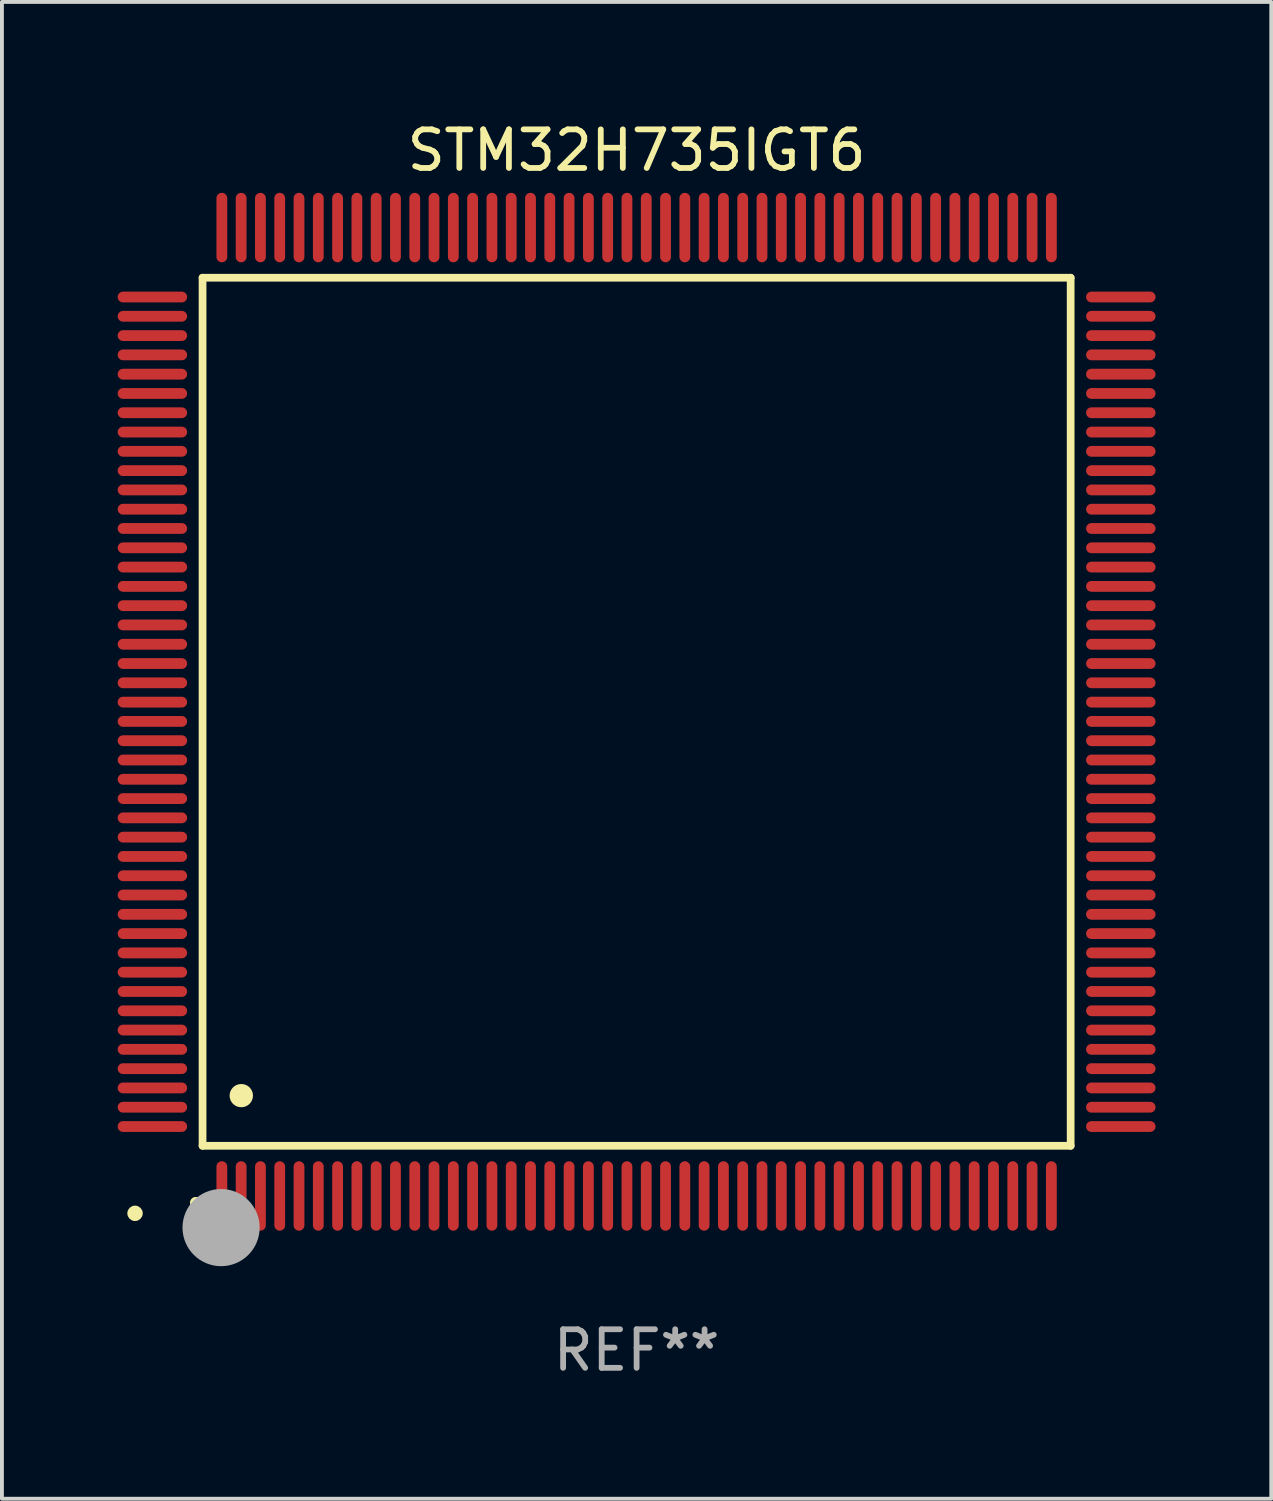
<source format=kicad_pcb>
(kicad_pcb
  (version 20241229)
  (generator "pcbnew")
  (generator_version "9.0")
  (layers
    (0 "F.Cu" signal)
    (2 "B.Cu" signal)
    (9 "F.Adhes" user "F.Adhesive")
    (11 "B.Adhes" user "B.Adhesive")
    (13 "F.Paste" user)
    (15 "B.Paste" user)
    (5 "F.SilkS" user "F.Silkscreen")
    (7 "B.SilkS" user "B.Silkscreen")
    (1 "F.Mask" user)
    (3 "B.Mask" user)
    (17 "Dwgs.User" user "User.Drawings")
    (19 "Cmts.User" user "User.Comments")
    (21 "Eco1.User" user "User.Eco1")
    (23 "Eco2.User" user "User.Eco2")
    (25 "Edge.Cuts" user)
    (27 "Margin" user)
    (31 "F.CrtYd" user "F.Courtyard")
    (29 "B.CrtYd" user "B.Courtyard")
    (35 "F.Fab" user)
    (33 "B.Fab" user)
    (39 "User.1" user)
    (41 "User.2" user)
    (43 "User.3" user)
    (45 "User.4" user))
  (footprint "STM32H735IGT6"
    (layer "F.Cu")
    (at 13.45 15.398)
    (property "Reference" "STM32H735IGT6" (at 0 -14.55 0) (layer "F.SilkS") (effects (font (size 1 1) (thickness 0.15))))
    (attr through_hole)
    (fp_line (start -11.25 -11.25) (end 11.25 -11.25) (stroke (width 0.2) (type solid)) (layer "F.SilkS"))
    (fp_line (start -11.25 11.25) (end -11.25 -11.25) (stroke (width 0.2) (type solid)) (layer "F.SilkS"))
    (fp_line (start 11.25 -11.25) (end 11.25 11.25) (stroke (width 0.2) (type solid)) (layer "F.SilkS"))
    (fp_line (start 11.25 11.25) (end -11.25 11.25) (stroke (width 0.2) (type solid)) (layer "F.SilkS"))
    (fp_arc (start -11.424943 12.725425) (mid -11.423673 12.72542) (end -11.422403 12.725425) (stroke (width 0.3) (type solid)) (layer "F.SilkS"))
    (fp_arc (start -10.24892 9.9492) (mid -10.24638 9.949189) (end -10.24384 9.9492) (stroke (width 0.6) (type solid)) (layer "F.SilkS"))
    (fp_circle (center -13 13) (end -12.9 13) (stroke (width 0.2) (type solid)) (fill no) (layer "F.SilkS"))
    (fp_circle (center -10.77 13.37) (end -10.27 13.37) (stroke (width 1) (type solid)) (fill no) (layer "F.Fab"))
    (fp_text user "REF**" (at 0 16.55 0) (layer "F.Fab") (effects (font (size 1 1) (thickness 0.15))))
    (pad "1" smd oval (at -10.75 12.55) (size 0.28 1.8) (layers "F.Cu" "F.Mask" "F.Paste"))
    (pad "2" smd oval (at -10.25 12.55) (size 0.28 1.8) (layers "F.Cu" "F.Mask" "F.Paste"))
    (pad "3" smd oval (at -9.75 12.55) (size 0.28 1.8) (layers "F.Cu" "F.Mask" "F.Paste"))
    (pad "4" smd oval (at -9.25 12.55) (size 0.28 1.8) (layers "F.Cu" "F.Mask" "F.Paste"))
    (pad "5" smd oval (at -8.75 12.55) (size 0.28 1.8) (layers "F.Cu" "F.Mask" "F.Paste"))
    (pad "6" smd oval (at -8.25 12.55) (size 0.28 1.8) (layers "F.Cu" "F.Mask" "F.Paste"))
    (pad "7" smd oval (at -7.75 12.55) (size 0.28 1.8) (layers "F.Cu" "F.Mask" "F.Paste"))
    (pad "8" smd oval (at -7.25 12.55) (size 0.28 1.8) (layers "F.Cu" "F.Mask" "F.Paste"))
    (pad "9" smd oval (at -6.75 12.55) (size 0.28 1.8) (layers "F.Cu" "F.Mask" "F.Paste"))
    (pad "10" smd oval (at -6.25 12.55) (size 0.28 1.8) (layers "F.Cu" "F.Mask" "F.Paste"))
    (pad "11" smd oval (at -5.75 12.55) (size 0.28 1.8) (layers "F.Cu" "F.Mask" "F.Paste"))
    (pad "12" smd oval (at -5.25 12.55) (size 0.28 1.8) (layers "F.Cu" "F.Mask" "F.Paste"))
    (pad "13" smd oval (at -4.75 12.55) (size 0.28 1.8) (layers "F.Cu" "F.Mask" "F.Paste"))
    (pad "14" smd oval (at -4.25 12.55) (size 0.28 1.8) (layers "F.Cu" "F.Mask" "F.Paste"))
    (pad "15" smd oval (at -3.75 12.55) (size 0.28 1.8) (layers "F.Cu" "F.Mask" "F.Paste"))
    (pad "16" smd oval (at -3.25 12.55) (size 0.28 1.8) (layers "F.Cu" "F.Mask" "F.Paste"))
    (pad "17" smd oval (at -2.75 12.55) (size 0.28 1.8) (layers "F.Cu" "F.Mask" "F.Paste"))
    (pad "18" smd oval (at -2.25 12.55) (size 0.28 1.8) (layers "F.Cu" "F.Mask" "F.Paste"))
    (pad "19" smd oval (at -1.75 12.55) (size 0.28 1.8) (layers "F.Cu" "F.Mask" "F.Paste"))
    (pad "20" smd oval (at -1.25 12.55) (size 0.28 1.8) (layers "F.Cu" "F.Mask" "F.Paste"))
    (pad "21" smd oval (at -0.75 12.55) (size 0.28 1.8) (layers "F.Cu" "F.Mask" "F.Paste"))
    (pad "22" smd oval (at -0.25 12.55) (size 0.28 1.8) (layers "F.Cu" "F.Mask" "F.Paste"))
    (pad "23" smd oval (at 0.25 12.55) (size 0.28 1.8) (layers "F.Cu" "F.Mask" "F.Paste"))
    (pad "24" smd oval (at 0.75 12.55) (size 0.28 1.8) (layers "F.Cu" "F.Mask" "F.Paste"))
    (pad "25" smd oval (at 1.25 12.55) (size 0.28 1.8) (layers "F.Cu" "F.Mask" "F.Paste"))
    (pad "26" smd oval (at 1.75 12.55) (size 0.28 1.8) (layers "F.Cu" "F.Mask" "F.Paste"))
    (pad "27" smd oval (at 2.25 12.55) (size 0.28 1.8) (layers "F.Cu" "F.Mask" "F.Paste"))
    (pad "28" smd oval (at 2.75 12.55) (size 0.28 1.8) (layers "F.Cu" "F.Mask" "F.Paste"))
    (pad "29" smd oval (at 3.25 12.55) (size 0.28 1.8) (layers "F.Cu" "F.Mask" "F.Paste"))
    (pad "30" smd oval (at 3.75 12.55) (size 0.28 1.8) (layers "F.Cu" "F.Mask" "F.Paste"))
    (pad "31" smd oval (at 4.25 12.55) (size 0.28 1.8) (layers "F.Cu" "F.Mask" "F.Paste"))
    (pad "32" smd oval (at 4.75 12.55) (size 0.28 1.8) (layers "F.Cu" "F.Mask" "F.Paste"))
    (pad "33" smd oval (at 5.25 12.55) (size 0.28 1.8) (layers "F.Cu" "F.Mask" "F.Paste"))
    (pad "34" smd oval (at 5.75 12.55) (size 0.28 1.8) (layers "F.Cu" "F.Mask" "F.Paste"))
    (pad "35" smd oval (at 6.25 12.55) (size 0.28 1.8) (layers "F.Cu" "F.Mask" "F.Paste"))
    (pad "36" smd oval (at 6.75 12.55) (size 0.28 1.8) (layers "F.Cu" "F.Mask" "F.Paste"))
    (pad "37" smd oval (at 7.25 12.55) (size 0.28 1.8) (layers "F.Cu" "F.Mask" "F.Paste"))
    (pad "38" smd oval (at 7.75 12.55) (size 0.28 1.8) (layers "F.Cu" "F.Mask" "F.Paste"))
    (pad "39" smd oval (at 8.25 12.55) (size 0.28 1.8) (layers "F.Cu" "F.Mask" "F.Paste"))
    (pad "40" smd oval (at 8.75 12.55) (size 0.28 1.8) (layers "F.Cu" "F.Mask" "F.Paste"))
    (pad "41" smd oval (at 9.25 12.55) (size 0.28 1.8) (layers "F.Cu" "F.Mask" "F.Paste"))
    (pad "42" smd oval (at 9.75 12.55) (size 0.28 1.8) (layers "F.Cu" "F.Mask" "F.Paste"))
    (pad "43" smd oval (at 10.25 12.55) (size 0.28 1.8) (layers "F.Cu" "F.Mask" "F.Paste"))
    (pad "44" smd oval (at 10.75 12.55) (size 0.28 1.8) (layers "F.Cu" "F.Mask" "F.Paste"))
    (pad "45" smd oval (at 12.55 10.75) (size 1.8 0.28) (layers "F.Cu" "F.Mask" "F.Paste"))
    (pad "46" smd oval (at 12.55 10.25) (size 1.8 0.28) (layers "F.Cu" "F.Mask" "F.Paste"))
    (pad "47" smd oval (at 12.55 9.75) (size 1.8 0.28) (layers "F.Cu" "F.Mask" "F.Paste"))
    (pad "48" smd oval (at 12.55 9.25) (size 1.8 0.28) (layers "F.Cu" "F.Mask" "F.Paste"))
    (pad "49" smd oval (at 12.55 8.75) (size 1.8 0.28) (layers "F.Cu" "F.Mask" "F.Paste"))
    (pad "50" smd oval (at 12.55 8.25) (size 1.8 0.28) (layers "F.Cu" "F.Mask" "F.Paste"))
    (pad "51" smd oval (at 12.55 7.75) (size 1.8 0.28) (layers "F.Cu" "F.Mask" "F.Paste"))
    (pad "52" smd oval (at 12.55 7.25) (size 1.8 0.28) (layers "F.Cu" "F.Mask" "F.Paste"))
    (pad "53" smd oval (at 12.55 6.75) (size 1.8 0.28) (layers "F.Cu" "F.Mask" "F.Paste"))
    (pad "54" smd oval (at 12.55 6.25) (size 1.8 0.28) (layers "F.Cu" "F.Mask" "F.Paste"))
    (pad "55" smd oval (at 12.55 5.75) (size 1.8 0.28) (layers "F.Cu" "F.Mask" "F.Paste"))
    (pad "56" smd oval (at 12.55 5.25) (size 1.8 0.28) (layers "F.Cu" "F.Mask" "F.Paste"))
    (pad "57" smd oval (at 12.55 4.75) (size 1.8 0.28) (layers "F.Cu" "F.Mask" "F.Paste"))
    (pad "58" smd oval (at 12.55 4.25) (size 1.8 0.28) (layers "F.Cu" "F.Mask" "F.Paste"))
    (pad "59" smd oval (at 12.55 3.75) (size 1.8 0.28) (layers "F.Cu" "F.Mask" "F.Paste"))
    (pad "60" smd oval (at 12.55 3.25) (size 1.8 0.28) (layers "F.Cu" "F.Mask" "F.Paste"))
    (pad "61" smd oval (at 12.55 2.75) (size 1.8 0.28) (layers "F.Cu" "F.Mask" "F.Paste"))
    (pad "62" smd oval (at 12.55 2.25) (size 1.8 0.28) (layers "F.Cu" "F.Mask" "F.Paste"))
    (pad "63" smd oval (at 12.55 1.75) (size 1.8 0.28) (layers "F.Cu" "F.Mask" "F.Paste"))
    (pad "64" smd oval (at 12.55 1.25) (size 1.8 0.28) (layers "F.Cu" "F.Mask" "F.Paste"))
    (pad "65" smd oval (at 12.55 0.75) (size 1.8 0.28) (layers "F.Cu" "F.Mask" "F.Paste"))
    (pad "66" smd oval (at 12.55 0.25) (size 1.8 0.28) (layers "F.Cu" "F.Mask" "F.Paste"))
    (pad "67" smd oval (at 12.55 -0.25) (size 1.8 0.28) (layers "F.Cu" "F.Mask" "F.Paste"))
    (pad "68" smd oval (at 12.55 -0.75) (size 1.8 0.28) (layers "F.Cu" "F.Mask" "F.Paste"))
    (pad "69" smd oval (at 12.55 -1.25) (size 1.8 0.28) (layers "F.Cu" "F.Mask" "F.Paste"))
    (pad "70" smd oval (at 12.55 -1.75) (size 1.8 0.28) (layers "F.Cu" "F.Mask" "F.Paste"))
    (pad "71" smd oval (at 12.55 -2.25) (size 1.8 0.28) (layers "F.Cu" "F.Mask" "F.Paste"))
    (pad "72" smd oval (at 12.55 -2.75) (size 1.8 0.28) (layers "F.Cu" "F.Mask" "F.Paste"))
    (pad "73" smd oval (at 12.55 -3.25) (size 1.8 0.28) (layers "F.Cu" "F.Mask" "F.Paste"))
    (pad "74" smd oval (at 12.55 -3.75) (size 1.8 0.28) (layers "F.Cu" "F.Mask" "F.Paste"))
    (pad "75" smd oval (at 12.55 -4.25) (size 1.8 0.28) (layers "F.Cu" "F.Mask" "F.Paste"))
    (pad "76" smd oval (at 12.55 -4.75) (size 1.8 0.28) (layers "F.Cu" "F.Mask" "F.Paste"))
    (pad "77" smd oval (at 12.55 -5.25) (size 1.8 0.28) (layers "F.Cu" "F.Mask" "F.Paste"))
    (pad "78" smd oval (at 12.55 -5.75) (size 1.8 0.28) (layers "F.Cu" "F.Mask" "F.Paste"))
    (pad "79" smd oval (at 12.55 -6.25) (size 1.8 0.28) (layers "F.Cu" "F.Mask" "F.Paste"))
    (pad "80" smd oval (at 12.55 -6.75) (size 1.8 0.28) (layers "F.Cu" "F.Mask" "F.Paste"))
    (pad "81" smd oval (at 12.55 -7.25) (size 1.8 0.28) (layers "F.Cu" "F.Mask" "F.Paste"))
    (pad "82" smd oval (at 12.55 -7.75) (size 1.8 0.28) (layers "F.Cu" "F.Mask" "F.Paste"))
    (pad "83" smd oval (at 12.55 -8.25) (size 1.8 0.28) (layers "F.Cu" "F.Mask" "F.Paste"))
    (pad "84" smd oval (at 12.55 -8.75) (size 1.8 0.28) (layers "F.Cu" "F.Mask" "F.Paste"))
    (pad "85" smd oval (at 12.55 -9.25) (size 1.8 0.28) (layers "F.Cu" "F.Mask" "F.Paste"))
    (pad "86" smd oval (at 12.55 -9.75) (size 1.8 0.28) (layers "F.Cu" "F.Mask" "F.Paste"))
    (pad "87" smd oval (at 12.55 -10.25) (size 1.8 0.28) (layers "F.Cu" "F.Mask" "F.Paste"))
    (pad "88" smd oval (at 12.55 -10.75) (size 1.8 0.28) (layers "F.Cu" "F.Mask" "F.Paste"))
    (pad "89" smd oval (at 10.75 -12.55) (size 0.28 1.8) (layers "F.Cu" "F.Mask" "F.Paste"))
    (pad "90" smd oval (at 10.25 -12.55) (size 0.28 1.8) (layers "F.Cu" "F.Mask" "F.Paste"))
    (pad "91" smd oval (at 9.75 -12.55) (size 0.28 1.8) (layers "F.Cu" "F.Mask" "F.Paste"))
    (pad "92" smd oval (at 9.25 -12.55) (size 0.28 1.8) (layers "F.Cu" "F.Mask" "F.Paste"))
    (pad "93" smd oval (at 8.75 -12.55) (size 0.28 1.8) (layers "F.Cu" "F.Mask" "F.Paste"))
    (pad "94" smd oval (at 8.25 -12.55) (size 0.28 1.8) (layers "F.Cu" "F.Mask" "F.Paste"))
    (pad "95" smd oval (at 7.75 -12.55) (size 0.28 1.8) (layers "F.Cu" "F.Mask" "F.Paste"))
    (pad "96" smd oval (at 7.25 -12.55) (size 0.28 1.8) (layers "F.Cu" "F.Mask" "F.Paste"))
    (pad "97" smd oval (at 6.75 -12.55) (size 0.28 1.8) (layers "F.Cu" "F.Mask" "F.Paste"))
    (pad "98" smd oval (at 6.25 -12.55) (size 0.28 1.8) (layers "F.Cu" "F.Mask" "F.Paste"))
    (pad "99" smd oval (at 5.75 -12.55) (size 0.28 1.8) (layers "F.Cu" "F.Mask" "F.Paste"))
    (pad "100" smd oval (at 5.25 -12.55) (size 0.28 1.8) (layers "F.Cu" "F.Mask" "F.Paste"))
    (pad "101" smd oval (at 4.75 -12.55) (size 0.28 1.8) (layers "F.Cu" "F.Mask" "F.Paste"))
    (pad "102" smd oval (at 4.25 -12.55) (size 0.28 1.8) (layers "F.Cu" "F.Mask" "F.Paste"))
    (pad "103" smd oval (at 3.75 -12.55) (size 0.28 1.8) (layers "F.Cu" "F.Mask" "F.Paste"))
    (pad "104" smd oval (at 3.25 -12.55) (size 0.28 1.8) (layers "F.Cu" "F.Mask" "F.Paste"))
    (pad "105" smd oval (at 2.75 -12.55) (size 0.28 1.8) (layers "F.Cu" "F.Mask" "F.Paste"))
    (pad "106" smd oval (at 2.25 -12.55) (size 0.28 1.8) (layers "F.Cu" "F.Mask" "F.Paste"))
    (pad "107" smd oval (at 1.75 -12.55) (size 0.28 1.8) (layers "F.Cu" "F.Mask" "F.Paste"))
    (pad "108" smd oval (at 1.25 -12.55) (size 0.28 1.8) (layers "F.Cu" "F.Mask" "F.Paste"))
    (pad "109" smd oval (at 0.75 -12.55) (size 0.28 1.8) (layers "F.Cu" "F.Mask" "F.Paste"))
    (pad "110" smd oval (at 0.25 -12.55) (size 0.28 1.8) (layers "F.Cu" "F.Mask" "F.Paste"))
    (pad "111" smd oval (at -0.25 -12.55) (size 0.28 1.8) (layers "F.Cu" "F.Mask" "F.Paste"))
    (pad "112" smd oval (at -0.75 -12.55) (size 0.28 1.8) (layers "F.Cu" "F.Mask" "F.Paste"))
    (pad "113" smd oval (at -1.25 -12.55) (size 0.28 1.8) (layers "F.Cu" "F.Mask" "F.Paste"))
    (pad "114" smd oval (at -1.75 -12.55) (size 0.28 1.8) (layers "F.Cu" "F.Mask" "F.Paste"))
    (pad "115" smd oval (at -2.25 -12.55) (size 0.28 1.8) (layers "F.Cu" "F.Mask" "F.Paste"))
    (pad "116" smd oval (at -2.75 -12.55) (size 0.28 1.8) (layers "F.Cu" "F.Mask" "F.Paste"))
    (pad "117" smd oval (at -3.25 -12.55) (size 0.28 1.8) (layers "F.Cu" "F.Mask" "F.Paste"))
    (pad "118" smd oval (at -3.75 -12.55) (size 0.28 1.8) (layers "F.Cu" "F.Mask" "F.Paste"))
    (pad "119" smd oval (at -4.25 -12.55) (size 0.28 1.8) (layers "F.Cu" "F.Mask" "F.Paste"))
    (pad "120" smd oval (at -4.75 -12.55) (size 0.28 1.8) (layers "F.Cu" "F.Mask" "F.Paste"))
    (pad "121" smd oval (at -5.25 -12.55) (size 0.28 1.8) (layers "F.Cu" "F.Mask" "F.Paste"))
    (pad "122" smd oval (at -5.75 -12.55) (size 0.28 1.8) (layers "F.Cu" "F.Mask" "F.Paste"))
    (pad "123" smd oval (at -6.25 -12.55) (size 0.28 1.8) (layers "F.Cu" "F.Mask" "F.Paste"))
    (pad "124" smd oval (at -6.75 -12.55) (size 0.28 1.8) (layers "F.Cu" "F.Mask" "F.Paste"))
    (pad "125" smd oval (at -7.25 -12.55) (size 0.28 1.8) (layers "F.Cu" "F.Mask" "F.Paste"))
    (pad "126" smd oval (at -7.75 -12.55) (size 0.28 1.8) (layers "F.Cu" "F.Mask" "F.Paste"))
    (pad "127" smd oval (at -8.25 -12.55) (size 0.28 1.8) (layers "F.Cu" "F.Mask" "F.Paste"))
    (pad "128" smd oval (at -8.75 -12.55) (size 0.28 1.8) (layers "F.Cu" "F.Mask" "F.Paste"))
    (pad "129" smd oval (at -9.25 -12.55) (size 0.28 1.8) (layers "F.Cu" "F.Mask" "F.Paste"))
    (pad "130" smd oval (at -9.75 -12.55) (size 0.28 1.8) (layers "F.Cu" "F.Mask" "F.Paste"))
    (pad "131" smd oval (at -10.25 -12.55) (size 0.28 1.8) (layers "F.Cu" "F.Mask" "F.Paste"))
    (pad "132" smd oval (at -10.75 -12.55) (size 0.28 1.8) (layers "F.Cu" "F.Mask" "F.Paste"))
    (pad "133" smd oval (at -12.55 -10.75) (size 1.8 0.28) (layers "F.Cu" "F.Mask" "F.Paste"))
    (pad "134" smd oval (at -12.55 -10.25) (size 1.8 0.28) (layers "F.Cu" "F.Mask" "F.Paste"))
    (pad "135" smd oval (at -12.55 -9.75) (size 1.8 0.28) (layers "F.Cu" "F.Mask" "F.Paste"))
    (pad "136" smd oval (at -12.55 -9.25) (size 1.8 0.28) (layers "F.Cu" "F.Mask" "F.Paste"))
    (pad "137" smd oval (at -12.55 -8.75) (size 1.8 0.28) (layers "F.Cu" "F.Mask" "F.Paste"))
    (pad "138" smd oval (at -12.55 -8.25) (size 1.8 0.28) (layers "F.Cu" "F.Mask" "F.Paste"))
    (pad "139" smd oval (at -12.55 -7.75) (size 1.8 0.28) (layers "F.Cu" "F.Mask" "F.Paste"))
    (pad "140" smd oval (at -12.55 -7.25) (size 1.8 0.28) (layers "F.Cu" "F.Mask" "F.Paste"))
    (pad "141" smd oval (at -12.55 -6.75) (size 1.8 0.28) (layers "F.Cu" "F.Mask" "F.Paste"))
    (pad "142" smd oval (at -12.55 -6.25) (size 1.8 0.28) (layers "F.Cu" "F.Mask" "F.Paste"))
    (pad "143" smd oval (at -12.55 -5.75) (size 1.8 0.28) (layers "F.Cu" "F.Mask" "F.Paste"))
    (pad "144" smd oval (at -12.55 -5.25) (size 1.8 0.28) (layers "F.Cu" "F.Mask" "F.Paste"))
    (pad "145" smd oval (at -12.55 -4.75) (size 1.8 0.28) (layers "F.Cu" "F.Mask" "F.Paste"))
    (pad "146" smd oval (at -12.55 -4.25) (size 1.8 0.28) (layers "F.Cu" "F.Mask" "F.Paste"))
    (pad "147" smd oval (at -12.55 -3.75) (size 1.8 0.28) (layers "F.Cu" "F.Mask" "F.Paste"))
    (pad "148" smd oval (at -12.55 -3.25) (size 1.8 0.28) (layers "F.Cu" "F.Mask" "F.Paste"))
    (pad "149" smd oval (at -12.55 -2.75) (size 1.8 0.28) (layers "F.Cu" "F.Mask" "F.Paste"))
    (pad "150" smd oval (at -12.55 -2.25) (size 1.8 0.28) (layers "F.Cu" "F.Mask" "F.Paste"))
    (pad "151" smd oval (at -12.55 -1.75) (size 1.8 0.28) (layers "F.Cu" "F.Mask" "F.Paste"))
    (pad "152" smd oval (at -12.55 -1.25) (size 1.8 0.28) (layers "F.Cu" "F.Mask" "F.Paste"))
    (pad "153" smd oval (at -12.55 -0.75) (size 1.8 0.28) (layers "F.Cu" "F.Mask" "F.Paste"))
    (pad "154" smd oval (at -12.55 -0.25) (size 1.8 0.28) (layers "F.Cu" "F.Mask" "F.Paste"))
    (pad "155" smd oval (at -12.55 0.25) (size 1.8 0.28) (layers "F.Cu" "F.Mask" "F.Paste"))
    (pad "156" smd oval (at -12.55 0.75) (size 1.8 0.28) (layers "F.Cu" "F.Mask" "F.Paste"))
    (pad "157" smd oval (at -12.55 1.25) (size 1.8 0.28) (layers "F.Cu" "F.Mask" "F.Paste"))
    (pad "158" smd oval (at -12.55 1.75) (size 1.8 0.28) (layers "F.Cu" "F.Mask" "F.Paste"))
    (pad "159" smd oval (at -12.55 2.25) (size 1.8 0.28) (layers "F.Cu" "F.Mask" "F.Paste"))
    (pad "160" smd oval (at -12.55 2.75) (size 1.8 0.28) (layers "F.Cu" "F.Mask" "F.Paste"))
    (pad "161" smd oval (at -12.55 3.25) (size 1.8 0.28) (layers "F.Cu" "F.Mask" "F.Paste"))
    (pad "162" smd oval (at -12.55 3.75) (size 1.8 0.28) (layers "F.Cu" "F.Mask" "F.Paste"))
    (pad "163" smd oval (at -12.55 4.25) (size 1.8 0.28) (layers "F.Cu" "F.Mask" "F.Paste"))
    (pad "164" smd oval (at -12.55 4.75) (size 1.8 0.28) (layers "F.Cu" "F.Mask" "F.Paste"))
    (pad "165" smd oval (at -12.55 5.25) (size 1.8 0.28) (layers "F.Cu" "F.Mask" "F.Paste"))
    (pad "166" smd oval (at -12.55 5.75) (size 1.8 0.28) (layers "F.Cu" "F.Mask" "F.Paste"))
    (pad "167" smd oval (at -12.55 6.25) (size 1.8 0.28) (layers "F.Cu" "F.Mask" "F.Paste"))
    (pad "168" smd oval (at -12.55 6.75) (size 1.8 0.28) (layers "F.Cu" "F.Mask" "F.Paste"))
    (pad "169" smd oval (at -12.55 7.25) (size 1.8 0.28) (layers "F.Cu" "F.Mask" "F.Paste"))
    (pad "170" smd oval (at -12.55 7.75) (size 1.8 0.28) (layers "F.Cu" "F.Mask" "F.Paste"))
    (pad "171" smd oval (at -12.55 8.25) (size 1.8 0.28) (layers "F.Cu" "F.Mask" "F.Paste"))
    (pad "172" smd oval (at -12.55 8.75) (size 1.8 0.28) (layers "F.Cu" "F.Mask" "F.Paste"))
    (pad "173" smd oval (at -12.55 9.25) (size 1.8 0.28) (layers "F.Cu" "F.Mask" "F.Paste"))
    (pad "174" smd oval (at -12.55 9.75) (size 1.8 0.28) (layers "F.Cu" "F.Mask" "F.Paste"))
    (pad "175" smd oval (at -12.55 10.25) (size 1.8 0.28) (layers "F.Cu" "F.Mask" "F.Paste"))
    (pad "176" smd oval (at -12.55 10.75) (size 1.8 0.28) (layers "F.Cu" "F.Mask" "F.Paste")))
  (gr_rect
    (start -3 -3)
    (end 29.9 35.796)
    (stroke (width 0.1) (type default))
    (fill no)
    (layer "Edge.Cuts")))
</source>
